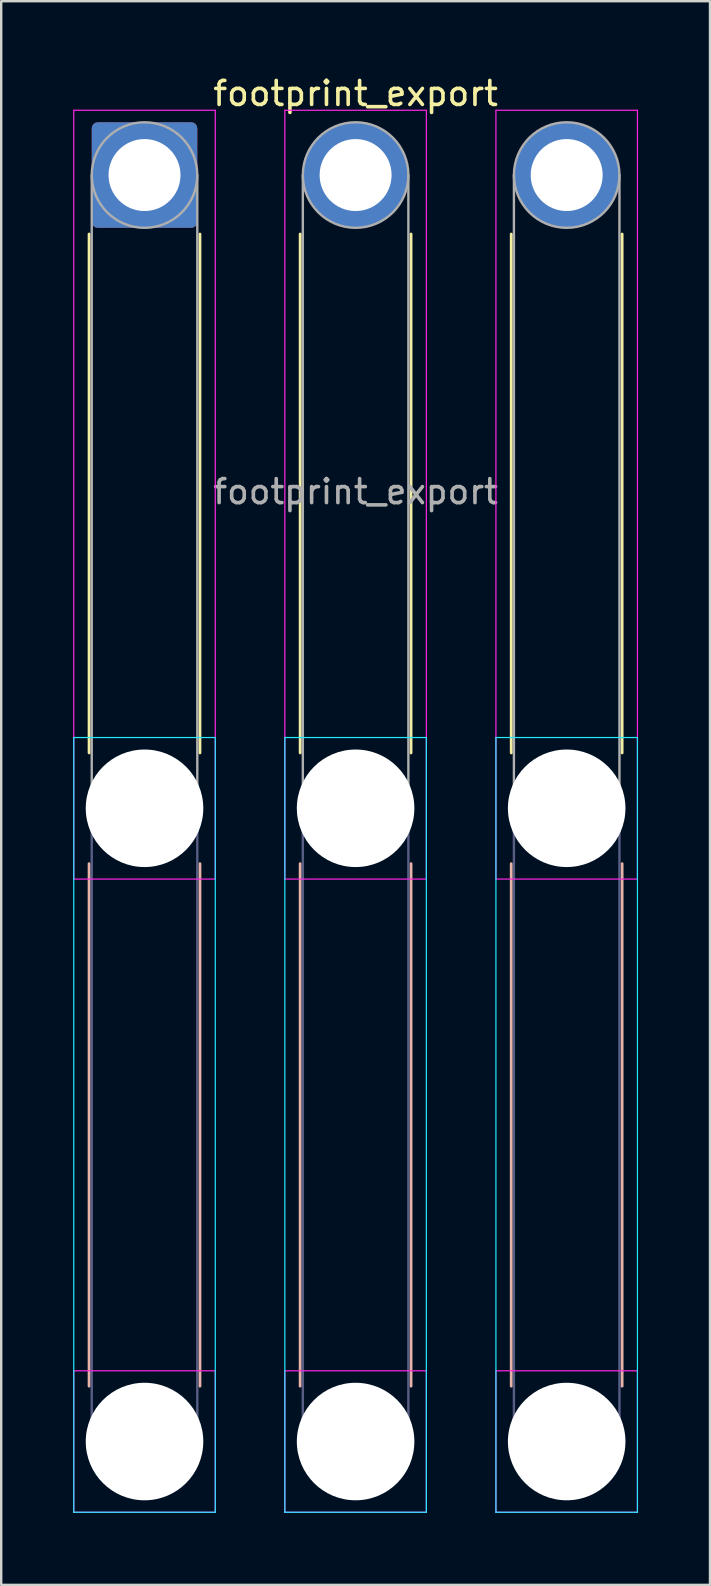
<source format=kicad_pcb>
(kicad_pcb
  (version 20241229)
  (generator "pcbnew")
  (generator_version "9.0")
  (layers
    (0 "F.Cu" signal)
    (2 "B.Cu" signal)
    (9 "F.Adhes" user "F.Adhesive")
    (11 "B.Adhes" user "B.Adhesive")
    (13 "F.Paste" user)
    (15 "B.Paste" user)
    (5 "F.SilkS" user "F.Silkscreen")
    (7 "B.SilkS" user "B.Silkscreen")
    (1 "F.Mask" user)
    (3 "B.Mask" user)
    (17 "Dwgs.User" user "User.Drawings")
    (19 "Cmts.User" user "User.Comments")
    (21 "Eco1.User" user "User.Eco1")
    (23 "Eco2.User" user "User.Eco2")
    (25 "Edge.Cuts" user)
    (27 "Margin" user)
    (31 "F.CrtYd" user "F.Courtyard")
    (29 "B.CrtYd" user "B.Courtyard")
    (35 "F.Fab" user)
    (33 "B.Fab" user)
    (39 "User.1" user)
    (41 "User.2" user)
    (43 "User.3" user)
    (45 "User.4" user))
  (footprint "footprint_export"
    (layer "F.Cu")
    (at 2.975 4.248)
    (property "Reference" "footprint_export" (at 8.8 -3.4 0) (layer "F.SilkS") (effects (font (size 1 1) (thickness 0.15))))
    (attr exclude_from_pos_files exclude_from_bom)
    (fp_line (start -2.31 2.46) (end -2.31 24.09) (stroke (width 0.12) (type solid)) (layer "F.SilkS"))
    (fp_line (start 2.31 2.46) (end 2.31 24.09) (stroke (width 0.12) (type solid)) (layer "F.SilkS"))
    (fp_line (start 6.49 2.46) (end 6.49 24.09) (stroke (width 0.12) (type solid)) (layer "F.SilkS"))
    (fp_line (start 11.11 2.46) (end 11.11 24.09) (stroke (width 0.12) (type solid)) (layer "F.SilkS"))
    (fp_line (start 15.29 2.46) (end 15.29 24.09) (stroke (width 0.12) (type solid)) (layer "F.SilkS"))
    (fp_line (start 19.91 2.46) (end 19.91 24.09) (stroke (width 0.12) (type solid)) (layer "F.SilkS"))
    (fp_line (start -2.31 28.71) (end -2.31 50.49) (stroke (width 0.12) (type solid)) (layer "B.SilkS"))
    (fp_line (start 2.31 28.71) (end 2.31 50.49) (stroke (width 0.12) (type solid)) (layer "B.SilkS"))
    (fp_line (start 6.49 28.71) (end 6.49 50.49) (stroke (width 0.12) (type solid)) (layer "B.SilkS"))
    (fp_line (start 11.11 28.71) (end 11.11 50.49) (stroke (width 0.12) (type solid)) (layer "B.SilkS"))
    (fp_line (start 15.29 28.71) (end 15.29 50.49) (stroke (width 0.12) (type solid)) (layer "B.SilkS"))
    (fp_line (start 19.91 28.71) (end 19.91 50.49) (stroke (width 0.12) (type solid)) (layer "B.SilkS"))
    (fp_line (start -2.95 23.45) (end -2.95 55.75) (stroke (width 0.05) (type solid)) (layer "B.CrtYd"))
    (fp_line (start -2.95 55.75) (end 2.95 55.75) (stroke (width 0.05) (type solid)) (layer "B.CrtYd"))
    (fp_line (start 2.95 23.45) (end -2.95 23.45) (stroke (width 0.05) (type solid)) (layer "B.CrtYd"))
    (fp_line (start 2.95 55.75) (end 2.95 23.45) (stroke (width 0.05) (type solid)) (layer "B.CrtYd"))
    (fp_line (start 5.85 23.45) (end 5.85 55.75) (stroke (width 0.05) (type solid)) (layer "B.CrtYd"))
    (fp_line (start 5.85 55.75) (end 11.75 55.75) (stroke (width 0.05) (type solid)) (layer "B.CrtYd"))
    (fp_line (start 11.75 23.45) (end 5.85 23.45) (stroke (width 0.05) (type solid)) (layer "B.CrtYd"))
    (fp_line (start 11.75 55.75) (end 11.75 23.45) (stroke (width 0.05) (type solid)) (layer "B.CrtYd"))
    (fp_line (start 14.65 23.45) (end 14.65 55.75) (stroke (width 0.05) (type solid)) (layer "B.CrtYd"))
    (fp_line (start 14.65 55.75) (end 20.55 55.75) (stroke (width 0.05) (type solid)) (layer "B.CrtYd"))
    (fp_line (start 20.55 23.45) (end 14.65 23.45) (stroke (width 0.05) (type solid)) (layer "B.CrtYd"))
    (fp_line (start 20.55 55.75) (end 20.55 23.45) (stroke (width 0.05) (type solid)) (layer "B.CrtYd"))
    (fp_line (start -2.95 -2.7) (end -2.95 29.35) (stroke (width 0.05) (type solid)) (layer "F.CrtYd"))
    (fp_line (start -2.95 29.35) (end 2.95 29.35) (stroke (width 0.05) (type solid)) (layer "F.CrtYd"))
    (fp_line (start -2.95 49.85) (end -2.95 55.75) (stroke (width 0.05) (type solid)) (layer "F.CrtYd"))
    (fp_line (start -2.95 55.75) (end 2.95 55.75) (stroke (width 0.05) (type solid)) (layer "F.CrtYd"))
    (fp_line (start 2.95 -2.7) (end -2.95 -2.7) (stroke (width 0.05) (type solid)) (layer "F.CrtYd"))
    (fp_line (start 2.95 29.35) (end 2.95 -2.7) (stroke (width 0.05) (type solid)) (layer "F.CrtYd"))
    (fp_line (start 2.95 49.85) (end -2.95 49.85) (stroke (width 0.05) (type solid)) (layer "F.CrtYd"))
    (fp_line (start 2.95 55.75) (end 2.95 49.85) (stroke (width 0.05) (type solid)) (layer "F.CrtYd"))
    (fp_line (start 5.85 -2.7) (end 5.85 29.35) (stroke (width 0.05) (type solid)) (layer "F.CrtYd"))
    (fp_line (start 5.85 29.35) (end 11.75 29.35) (stroke (width 0.05) (type solid)) (layer "F.CrtYd"))
    (fp_line (start 5.85 49.85) (end 5.85 55.75) (stroke (width 0.05) (type solid)) (layer "F.CrtYd"))
    (fp_line (start 5.85 55.75) (end 11.75 55.75) (stroke (width 0.05) (type solid)) (layer "F.CrtYd"))
    (fp_line (start 11.75 -2.7) (end 5.85 -2.7) (stroke (width 0.05) (type solid)) (layer "F.CrtYd"))
    (fp_line (start 11.75 29.35) (end 11.75 -2.7) (stroke (width 0.05) (type solid)) (layer "F.CrtYd"))
    (fp_line (start 11.75 49.85) (end 5.85 49.85) (stroke (width 0.05) (type solid)) (layer "F.CrtYd"))
    (fp_line (start 11.75 55.75) (end 11.75 49.85) (stroke (width 0.05) (type solid)) (layer "F.CrtYd"))
    (fp_line (start 14.65 -2.7) (end 14.65 29.35) (stroke (width 0.05) (type solid)) (layer "F.CrtYd"))
    (fp_line (start 14.65 29.35) (end 20.55 29.35) (stroke (width 0.05) (type solid)) (layer "F.CrtYd"))
    (fp_line (start 14.65 49.85) (end 14.65 55.75) (stroke (width 0.05) (type solid)) (layer "F.CrtYd"))
    (fp_line (start 14.65 55.75) (end 20.55 55.75) (stroke (width 0.05) (type solid)) (layer "F.CrtYd"))
    (fp_line (start 20.55 -2.7) (end 14.65 -2.7) (stroke (width 0.05) (type solid)) (layer "F.CrtYd"))
    (fp_line (start 20.55 29.35) (end 20.55 -2.7) (stroke (width 0.05) (type solid)) (layer "F.CrtYd"))
    (fp_line (start 20.55 49.85) (end 14.65 49.85) (stroke (width 0.05) (type solid)) (layer "F.CrtYd"))
    (fp_line (start 20.55 55.75) (end 20.55 49.85) (stroke (width 0.05) (type solid)) (layer "F.CrtYd"))
    (fp_line (start -2.2 26.4) (end -2.2 52.8) (stroke (width 0.1) (type solid)) (layer "B.Fab"))
    (fp_line (start 2.2 26.4) (end 2.2 52.8) (stroke (width 0.1) (type solid)) (layer "B.Fab"))
    (fp_line (start 6.6 26.4) (end 6.6 52.8) (stroke (width 0.1) (type solid)) (layer "B.Fab"))
    (fp_line (start 11 26.4) (end 11 52.8) (stroke (width 0.1) (type solid)) (layer "B.Fab"))
    (fp_line (start 15.4 26.4) (end 15.4 52.8) (stroke (width 0.1) (type solid)) (layer "B.Fab"))
    (fp_line (start 19.8 26.4) (end 19.8 52.8) (stroke (width 0.1) (type solid)) (layer "B.Fab"))
    (fp_circle (center 0 26.4) (end 2.2 26.4) (stroke (width 0.1) (type solid)) (fill no) (layer "B.Fab"))
    (fp_circle (center 0 52.8) (end 2.2 52.8) (stroke (width 0.1) (type solid)) (fill no) (layer "B.Fab"))
    (fp_circle (center 8.8 26.4) (end 11 26.4) (stroke (width 0.1) (type solid)) (fill no) (layer "B.Fab"))
    (fp_circle (center 8.8 52.8) (end 11 52.8) (stroke (width 0.1) (type solid)) (fill no) (layer "B.Fab"))
    (fp_circle (center 17.6 26.4) (end 19.8 26.4) (stroke (width 0.1) (type solid)) (fill no) (layer "B.Fab"))
    (fp_circle (center 17.6 52.8) (end 19.8 52.8) (stroke (width 0.1) (type solid)) (fill no) (layer "B.Fab"))
    (fp_line (start -2.2 0) (end -2.2 26.4) (stroke (width 0.1) (type solid)) (layer "F.Fab"))
    (fp_line (start 2.2 0) (end 2.2 26.4) (stroke (width 0.1) (type solid)) (layer "F.Fab"))
    (fp_line (start 6.6 0) (end 6.6 26.4) (stroke (width 0.1) (type solid)) (layer "F.Fab"))
    (fp_line (start 11 0) (end 11 26.4) (stroke (width 0.1) (type solid)) (layer "F.Fab"))
    (fp_line (start 15.4 0) (end 15.4 26.4) (stroke (width 0.1) (type solid)) (layer "F.Fab"))
    (fp_line (start 19.8 0) (end 19.8 26.4) (stroke (width 0.1) (type solid)) (layer "F.Fab"))
    (fp_circle (center 0 0) (end 2.2 0) (stroke (width 0.1) (type solid)) (fill no) (layer "F.Fab"))
    (fp_circle (center 0 26.4) (end 2.2 26.4) (stroke (width 0.1) (type solid)) (fill no) (layer "F.Fab"))
    (fp_circle (center 0 52.8) (end 2.2 52.8) (stroke (width 0.1) (type solid)) (fill no) (layer "F.Fab"))
    (fp_circle (center 8.8 0) (end 11 0) (stroke (width 0.1) (type solid)) (fill no) (layer "F.Fab"))
    (fp_circle (center 8.8 26.4) (end 11 26.4) (stroke (width 0.1) (type solid)) (fill no) (layer "F.Fab"))
    (fp_circle (center 8.8 52.8) (end 11 52.8) (stroke (width 0.1) (type solid)) (fill no) (layer "F.Fab"))
    (fp_circle (center 17.6 0) (end 19.8 0) (stroke (width 0.1) (type solid)) (fill no) (layer "F.Fab"))
    (fp_circle (center 17.6 26.4) (end 19.8 26.4) (stroke (width 0.1) (type solid)) (fill no) (layer "F.Fab"))
    (fp_circle (center 17.6 52.8) (end 19.8 52.8) (stroke (width 0.1) (type solid)) (fill no) (layer "F.Fab"))
    (fp_text user "${REFERENCE}" (at 8.8 13.2 0) (layer "F.Fab") (effects (font (size 1 1) (thickness 0.15))))
    (pad "" np_thru_hole circle (at 0 26.4) (size 4.9 4.9) (drill 4.9) (layers "*.Cu" "*.Mask"))
    (pad "" np_thru_hole circle (at 0 52.8) (size 4.9 4.9) (drill 4.9) (layers "*.Cu" "*.Mask"))
    (pad "" np_thru_hole circle (at 8.8 26.4) (size 4.9 4.9) (drill 4.9) (layers "*.Cu" "*.Mask"))
    (pad "" np_thru_hole circle (at 8.8 52.8) (size 4.9 4.9) (drill 4.9) (layers "*.Cu" "*.Mask"))
    (pad "" np_thru_hole circle (at 17.6 26.4) (size 4.9 4.9) (drill 4.9) (layers "*.Cu" "*.Mask"))
    (pad "" np_thru_hole circle (at 17.6 52.8) (size 4.9 4.9) (drill 4.9) (layers "*.Cu" "*.Mask"))
    (pad "1" thru_hole roundrect (at 0 0) (size 4.4 4.4) (drill 3) (layers "*.Cu" "*.Mask") (roundrect_rratio 0.057))
    (pad "2" thru_hole circle (at 8.8 0) (size 4.4 4.4) (drill 3) (layers "*.Cu" "*.Mask"))
    (pad "3" thru_hole circle (at 17.6 0) (size 4.4 4.4) (drill 3) (layers "*.Cu" "*.Mask")))
  (gr_rect
    (start -3 -3)
    (end 26.55 63.023)
    (stroke (width 0.1) (type default))
    (fill no)
    (layer "Edge.Cuts")))
</source>
